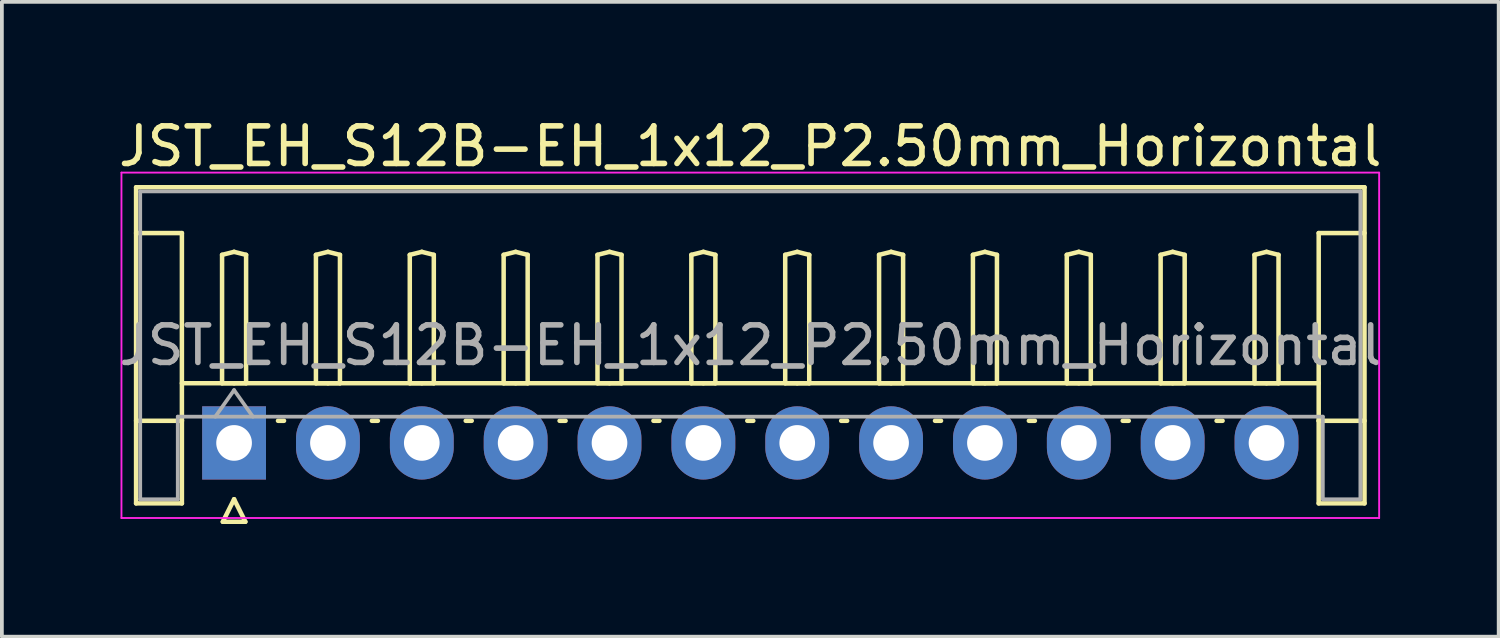
<source format=kicad_pcb>
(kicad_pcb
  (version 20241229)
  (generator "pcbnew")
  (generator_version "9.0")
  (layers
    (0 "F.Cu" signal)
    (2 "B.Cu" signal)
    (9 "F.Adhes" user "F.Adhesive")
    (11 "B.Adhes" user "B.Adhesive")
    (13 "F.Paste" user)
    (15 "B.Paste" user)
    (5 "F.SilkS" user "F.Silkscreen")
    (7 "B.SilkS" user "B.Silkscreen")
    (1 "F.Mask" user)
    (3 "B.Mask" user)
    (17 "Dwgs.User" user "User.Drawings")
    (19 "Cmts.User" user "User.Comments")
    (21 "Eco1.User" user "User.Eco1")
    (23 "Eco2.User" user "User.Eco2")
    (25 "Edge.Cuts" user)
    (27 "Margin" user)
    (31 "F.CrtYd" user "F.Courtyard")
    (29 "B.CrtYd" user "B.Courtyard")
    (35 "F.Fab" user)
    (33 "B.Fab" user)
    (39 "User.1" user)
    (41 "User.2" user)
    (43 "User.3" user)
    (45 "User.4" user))
  (footprint "JST_EH_S12B-EH_1x12_P2.50mm_Horizontal"
    (layer "F.Cu")
    (at 3.185 8.748)
    (property "Reference" "JST_EH_S12B-EH_1x12_P2.50mm_Horizontal" (at 13.75 -7.9 0) (layer "F.SilkS") (effects (font (size 1 1) (thickness 0.15))))
    (attr through_hole)
    (fp_line (start -2.61 -6.81) (end 30.11 -6.81) (stroke (width 0.12) (type solid)) (layer "F.SilkS"))
    (fp_line (start -2.61 -5.59) (end -1.39 -5.59) (stroke (width 0.12) (type solid)) (layer "F.SilkS"))
    (fp_line (start -2.61 1.61) (end -2.61 -6.81) (stroke (width 0.12) (type solid)) (layer "F.SilkS"))
    (fp_line (start -1.39 -5.59) (end -1.39 -0.59) (stroke (width 0.12) (type solid)) (layer "F.SilkS"))
    (fp_line (start -1.39 -1.59) (end 28.89 -1.59) (stroke (width 0.12) (type solid)) (layer "F.SilkS"))
    (fp_line (start -1.39 -0.59) (end -2.61 -0.59) (stroke (width 0.12) (type solid)) (layer "F.SilkS"))
    (fp_line (start -1.39 -0.59) (end -1.39 1.61) (stroke (width 0.12) (type solid)) (layer "F.SilkS"))
    (fp_line (start -1.39 1.61) (end -2.61 1.61) (stroke (width 0.12) (type solid)) (layer "F.SilkS"))
    (fp_line (start -0.32 -5.01) (end 0 -5.09) (stroke (width 0.12) (type solid)) (layer "F.SilkS"))
    (fp_line (start -0.32 -1.59) (end -0.32 -5.01) (stroke (width 0.12) (type solid)) (layer "F.SilkS"))
    (fp_line (start -0.3 2.1) (end 0.3 2.1) (stroke (width 0.12) (type solid)) (layer "F.SilkS"))
    (fp_line (start 0 -5.09) (end 0.32 -5.01) (stroke (width 0.12) (type solid)) (layer "F.SilkS"))
    (fp_line (start 0 -1.59) (end -0.32 -1.59) (stroke (width 0.12) (type solid)) (layer "F.SilkS"))
    (fp_line (start 0 1.5) (end -0.3 2.1) (stroke (width 0.12) (type solid)) (layer "F.SilkS"))
    (fp_line (start 0.3 2.1) (end 0 1.5) (stroke (width 0.12) (type solid)) (layer "F.SilkS"))
    (fp_line (start 0.32 -5.01) (end 0.32 -1.59) (stroke (width 0.12) (type solid)) (layer "F.SilkS"))
    (fp_line (start 0.32 -1.59) (end 0 -1.59) (stroke (width 0.12) (type solid)) (layer "F.SilkS"))
    (fp_line (start 1.17 -0.59) (end 1.33 -0.59) (stroke (width 0.12) (type solid)) (layer "F.SilkS"))
    (fp_line (start 2.18 -5.01) (end 2.5 -5.09) (stroke (width 0.12) (type solid)) (layer "F.SilkS"))
    (fp_line (start 2.18 -1.59) (end 2.18 -5.01) (stroke (width 0.12) (type solid)) (layer "F.SilkS"))
    (fp_line (start 2.5 -5.09) (end 2.82 -5.01) (stroke (width 0.12) (type solid)) (layer "F.SilkS"))
    (fp_line (start 2.5 -1.59) (end 2.18 -1.59) (stroke (width 0.12) (type solid)) (layer "F.SilkS"))
    (fp_line (start 2.82 -5.01) (end 2.82 -1.59) (stroke (width 0.12) (type solid)) (layer "F.SilkS"))
    (fp_line (start 2.82 -1.59) (end 2.5 -1.59) (stroke (width 0.12) (type solid)) (layer "F.SilkS"))
    (fp_line (start 3.67 -0.59) (end 3.83 -0.59) (stroke (width 0.12) (type solid)) (layer "F.SilkS"))
    (fp_line (start 4.68 -5.01) (end 5 -5.09) (stroke (width 0.12) (type solid)) (layer "F.SilkS"))
    (fp_line (start 4.68 -1.59) (end 4.68 -5.01) (stroke (width 0.12) (type solid)) (layer "F.SilkS"))
    (fp_line (start 5 -5.09) (end 5.32 -5.01) (stroke (width 0.12) (type solid)) (layer "F.SilkS"))
    (fp_line (start 5 -1.59) (end 4.68 -1.59) (stroke (width 0.12) (type solid)) (layer "F.SilkS"))
    (fp_line (start 5.32 -5.01) (end 5.32 -1.59) (stroke (width 0.12) (type solid)) (layer "F.SilkS"))
    (fp_line (start 5.32 -1.59) (end 5 -1.59) (stroke (width 0.12) (type solid)) (layer "F.SilkS"))
    (fp_line (start 6.17 -0.59) (end 6.33 -0.59) (stroke (width 0.12) (type solid)) (layer "F.SilkS"))
    (fp_line (start 7.18 -5.01) (end 7.5 -5.09) (stroke (width 0.12) (type solid)) (layer "F.SilkS"))
    (fp_line (start 7.18 -1.59) (end 7.18 -5.01) (stroke (width 0.12) (type solid)) (layer "F.SilkS"))
    (fp_line (start 7.5 -5.09) (end 7.82 -5.01) (stroke (width 0.12) (type solid)) (layer "F.SilkS"))
    (fp_line (start 7.5 -1.59) (end 7.18 -1.59) (stroke (width 0.12) (type solid)) (layer "F.SilkS"))
    (fp_line (start 7.82 -5.01) (end 7.82 -1.59) (stroke (width 0.12) (type solid)) (layer "F.SilkS"))
    (fp_line (start 7.82 -1.59) (end 7.5 -1.59) (stroke (width 0.12) (type solid)) (layer "F.SilkS"))
    (fp_line (start 8.67 -0.59) (end 8.83 -0.59) (stroke (width 0.12) (type solid)) (layer "F.SilkS"))
    (fp_line (start 9.68 -5.01) (end 10 -5.09) (stroke (width 0.12) (type solid)) (layer "F.SilkS"))
    (fp_line (start 9.68 -1.59) (end 9.68 -5.01) (stroke (width 0.12) (type solid)) (layer "F.SilkS"))
    (fp_line (start 10 -5.09) (end 10.32 -5.01) (stroke (width 0.12) (type solid)) (layer "F.SilkS"))
    (fp_line (start 10 -1.59) (end 9.68 -1.59) (stroke (width 0.12) (type solid)) (layer "F.SilkS"))
    (fp_line (start 10.32 -5.01) (end 10.32 -1.59) (stroke (width 0.12) (type solid)) (layer "F.SilkS"))
    (fp_line (start 10.32 -1.59) (end 10 -1.59) (stroke (width 0.12) (type solid)) (layer "F.SilkS"))
    (fp_line (start 11.17 -0.59) (end 11.33 -0.59) (stroke (width 0.12) (type solid)) (layer "F.SilkS"))
    (fp_line (start 12.18 -5.01) (end 12.5 -5.09) (stroke (width 0.12) (type solid)) (layer "F.SilkS"))
    (fp_line (start 12.18 -1.59) (end 12.18 -5.01) (stroke (width 0.12) (type solid)) (layer "F.SilkS"))
    (fp_line (start 12.5 -5.09) (end 12.82 -5.01) (stroke (width 0.12) (type solid)) (layer "F.SilkS"))
    (fp_line (start 12.5 -1.59) (end 12.18 -1.59) (stroke (width 0.12) (type solid)) (layer "F.SilkS"))
    (fp_line (start 12.82 -5.01) (end 12.82 -1.59) (stroke (width 0.12) (type solid)) (layer "F.SilkS"))
    (fp_line (start 12.82 -1.59) (end 12.5 -1.59) (stroke (width 0.12) (type solid)) (layer "F.SilkS"))
    (fp_line (start 13.67 -0.59) (end 13.83 -0.59) (stroke (width 0.12) (type solid)) (layer "F.SilkS"))
    (fp_line (start 14.68 -5.01) (end 15 -5.09) (stroke (width 0.12) (type solid)) (layer "F.SilkS"))
    (fp_line (start 14.68 -1.59) (end 14.68 -5.01) (stroke (width 0.12) (type solid)) (layer "F.SilkS"))
    (fp_line (start 15 -5.09) (end 15.32 -5.01) (stroke (width 0.12) (type solid)) (layer "F.SilkS"))
    (fp_line (start 15 -1.59) (end 14.68 -1.59) (stroke (width 0.12) (type solid)) (layer "F.SilkS"))
    (fp_line (start 15.32 -5.01) (end 15.32 -1.59) (stroke (width 0.12) (type solid)) (layer "F.SilkS"))
    (fp_line (start 15.32 -1.59) (end 15 -1.59) (stroke (width 0.12) (type solid)) (layer "F.SilkS"))
    (fp_line (start 16.17 -0.59) (end 16.33 -0.59) (stroke (width 0.12) (type solid)) (layer "F.SilkS"))
    (fp_line (start 17.18 -5.01) (end 17.5 -5.09) (stroke (width 0.12) (type solid)) (layer "F.SilkS"))
    (fp_line (start 17.18 -1.59) (end 17.18 -5.01) (stroke (width 0.12) (type solid)) (layer "F.SilkS"))
    (fp_line (start 17.5 -5.09) (end 17.82 -5.01) (stroke (width 0.12) (type solid)) (layer "F.SilkS"))
    (fp_line (start 17.5 -1.59) (end 17.18 -1.59) (stroke (width 0.12) (type solid)) (layer "F.SilkS"))
    (fp_line (start 17.82 -5.01) (end 17.82 -1.59) (stroke (width 0.12) (type solid)) (layer "F.SilkS"))
    (fp_line (start 17.82 -1.59) (end 17.5 -1.59) (stroke (width 0.12) (type solid)) (layer "F.SilkS"))
    (fp_line (start 18.67 -0.59) (end 18.83 -0.59) (stroke (width 0.12) (type solid)) (layer "F.SilkS"))
    (fp_line (start 19.68 -5.01) (end 20 -5.09) (stroke (width 0.12) (type solid)) (layer "F.SilkS"))
    (fp_line (start 19.68 -1.59) (end 19.68 -5.01) (stroke (width 0.12) (type solid)) (layer "F.SilkS"))
    (fp_line (start 20 -5.09) (end 20.32 -5.01) (stroke (width 0.12) (type solid)) (layer "F.SilkS"))
    (fp_line (start 20 -1.59) (end 19.68 -1.59) (stroke (width 0.12) (type solid)) (layer "F.SilkS"))
    (fp_line (start 20.32 -5.01) (end 20.32 -1.59) (stroke (width 0.12) (type solid)) (layer "F.SilkS"))
    (fp_line (start 20.32 -1.59) (end 20 -1.59) (stroke (width 0.12) (type solid)) (layer "F.SilkS"))
    (fp_line (start 21.17 -0.59) (end 21.33 -0.59) (stroke (width 0.12) (type solid)) (layer "F.SilkS"))
    (fp_line (start 22.18 -5.01) (end 22.5 -5.09) (stroke (width 0.12) (type solid)) (layer "F.SilkS"))
    (fp_line (start 22.18 -1.59) (end 22.18 -5.01) (stroke (width 0.12) (type solid)) (layer "F.SilkS"))
    (fp_line (start 22.5 -5.09) (end 22.82 -5.01) (stroke (width 0.12) (type solid)) (layer "F.SilkS"))
    (fp_line (start 22.5 -1.59) (end 22.18 -1.59) (stroke (width 0.12) (type solid)) (layer "F.SilkS"))
    (fp_line (start 22.82 -5.01) (end 22.82 -1.59) (stroke (width 0.12) (type solid)) (layer "F.SilkS"))
    (fp_line (start 22.82 -1.59) (end 22.5 -1.59) (stroke (width 0.12) (type solid)) (layer "F.SilkS"))
    (fp_line (start 23.67 -0.59) (end 23.83 -0.59) (stroke (width 0.12) (type solid)) (layer "F.SilkS"))
    (fp_line (start 24.68 -5.01) (end 25 -5.09) (stroke (width 0.12) (type solid)) (layer "F.SilkS"))
    (fp_line (start 24.68 -1.59) (end 24.68 -5.01) (stroke (width 0.12) (type solid)) (layer "F.SilkS"))
    (fp_line (start 25 -5.09) (end 25.32 -5.01) (stroke (width 0.12) (type solid)) (layer "F.SilkS"))
    (fp_line (start 25 -1.59) (end 24.68 -1.59) (stroke (width 0.12) (type solid)) (layer "F.SilkS"))
    (fp_line (start 25.32 -5.01) (end 25.32 -1.59) (stroke (width 0.12) (type solid)) (layer "F.SilkS"))
    (fp_line (start 25.32 -1.59) (end 25 -1.59) (stroke (width 0.12) (type solid)) (layer "F.SilkS"))
    (fp_line (start 26.17 -0.59) (end 26.33 -0.59) (stroke (width 0.12) (type solid)) (layer "F.SilkS"))
    (fp_line (start 27.18 -5.01) (end 27.5 -5.09) (stroke (width 0.12) (type solid)) (layer "F.SilkS"))
    (fp_line (start 27.18 -1.59) (end 27.18 -5.01) (stroke (width 0.12) (type solid)) (layer "F.SilkS"))
    (fp_line (start 27.5 -5.09) (end 27.82 -5.01) (stroke (width 0.12) (type solid)) (layer "F.SilkS"))
    (fp_line (start 27.5 -1.59) (end 27.18 -1.59) (stroke (width 0.12) (type solid)) (layer "F.SilkS"))
    (fp_line (start 27.82 -5.01) (end 27.82 -1.59) (stroke (width 0.12) (type solid)) (layer "F.SilkS"))
    (fp_line (start 27.82 -1.59) (end 27.5 -1.59) (stroke (width 0.12) (type solid)) (layer "F.SilkS"))
    (fp_line (start 28.89 -5.59) (end 28.89 -0.59) (stroke (width 0.12) (type solid)) (layer "F.SilkS"))
    (fp_line (start 28.89 -0.59) (end 30.11 -0.59) (stroke (width 0.12) (type solid)) (layer "F.SilkS"))
    (fp_line (start 28.89 1.61) (end 28.89 -0.59) (stroke (width 0.12) (type solid)) (layer "F.SilkS"))
    (fp_line (start 30.11 -6.81) (end 30.11 1.61) (stroke (width 0.12) (type solid)) (layer "F.SilkS"))
    (fp_line (start 30.11 -5.59) (end 28.89 -5.59) (stroke (width 0.12) (type solid)) (layer "F.SilkS"))
    (fp_line (start 30.11 1.61) (end 28.89 1.61) (stroke (width 0.12) (type solid)) (layer "F.SilkS"))
    (fp_line (start -3 -7.2) (end -3 2) (stroke (width 0.05) (type solid)) (layer "F.CrtYd"))
    (fp_line (start -3 2) (end 30.5 2) (stroke (width 0.05) (type solid)) (layer "F.CrtYd"))
    (fp_line (start 30.5 -7.2) (end -3 -7.2) (stroke (width 0.05) (type solid)) (layer "F.CrtYd"))
    (fp_line (start 30.5 2) (end 30.5 -7.2) (stroke (width 0.05) (type solid)) (layer "F.CrtYd"))
    (fp_line (start -2.5 -6.7) (end 30 -6.7) (stroke (width 0.1) (type solid)) (layer "F.Fab"))
    (fp_line (start -2.5 1.5) (end -2.5 -6.7) (stroke (width 0.1) (type solid)) (layer "F.Fab"))
    (fp_line (start -1.5 -0.7) (end -1.5 1.5) (stroke (width 0.1) (type solid)) (layer "F.Fab"))
    (fp_line (start -1.5 1.5) (end -2.5 1.5) (stroke (width 0.1) (type solid)) (layer "F.Fab"))
    (fp_line (start -0.5 -0.7) (end 0 -1.407) (stroke (width 0.1) (type solid)) (layer "F.Fab"))
    (fp_line (start 0 -1.407) (end 0.5 -0.7) (stroke (width 0.1) (type solid)) (layer "F.Fab"))
    (fp_line (start 29 -0.7) (end -1.5 -0.7) (stroke (width 0.1) (type solid)) (layer "F.Fab"))
    (fp_line (start 29 1.5) (end 29 -0.7) (stroke (width 0.1) (type solid)) (layer "F.Fab"))
    (fp_line (start 30 -6.7) (end 30 1.5) (stroke (width 0.1) (type solid)) (layer "F.Fab"))
    (fp_line (start 30 1.5) (end 29 1.5) (stroke (width 0.1) (type solid)) (layer "F.Fab"))
    (fp_text user "${REFERENCE}" (at 13.75 -2.6 0) (layer "F.Fab") (effects (font (size 1 1) (thickness 0.15))))
    (pad "1" thru_hole rect (at 0 0) (size 1.7 1.95) (drill 0.95) (layers "*.Cu" "*.Mask"))
    (pad "2" thru_hole oval (at 2.5 0) (size 1.7 1.95) (drill 0.95) (layers "*.Cu" "*.Mask"))
    (pad "3" thru_hole oval (at 5 0) (size 1.7 1.95) (drill 0.95) (layers "*.Cu" "*.Mask"))
    (pad "4" thru_hole oval (at 7.5 0) (size 1.7 1.95) (drill 0.95) (layers "*.Cu" "*.Mask"))
    (pad "5" thru_hole oval (at 10 0) (size 1.7 1.95) (drill 0.95) (layers "*.Cu" "*.Mask"))
    (pad "6" thru_hole oval (at 12.5 0) (size 1.7 1.95) (drill 0.95) (layers "*.Cu" "*.Mask"))
    (pad "7" thru_hole oval (at 15 0) (size 1.7 1.95) (drill 0.95) (layers "*.Cu" "*.Mask"))
    (pad "8" thru_hole oval (at 17.5 0) (size 1.7 1.95) (drill 0.95) (layers "*.Cu" "*.Mask"))
    (pad "9" thru_hole oval (at 20 0) (size 1.7 1.95) (drill 0.95) (layers "*.Cu" "*.Mask"))
    (pad "10" thru_hole oval (at 22.5 0) (size 1.7 1.95) (drill 0.95) (layers "*.Cu" "*.Mask"))
    (pad "11" thru_hole oval (at 25 0) (size 1.7 1.95) (drill 0.95) (layers "*.Cu" "*.Mask"))
    (pad "12" thru_hole oval (at 27.5 0) (size 1.7 1.95) (drill 0.95) (layers "*.Cu" "*.Mask")))
  (gr_rect
    (start -3 -3)
    (end 36.869 13.908)
    (stroke (width 0.1) (type default))
    (fill no)
    (layer "Edge.Cuts")))
</source>
